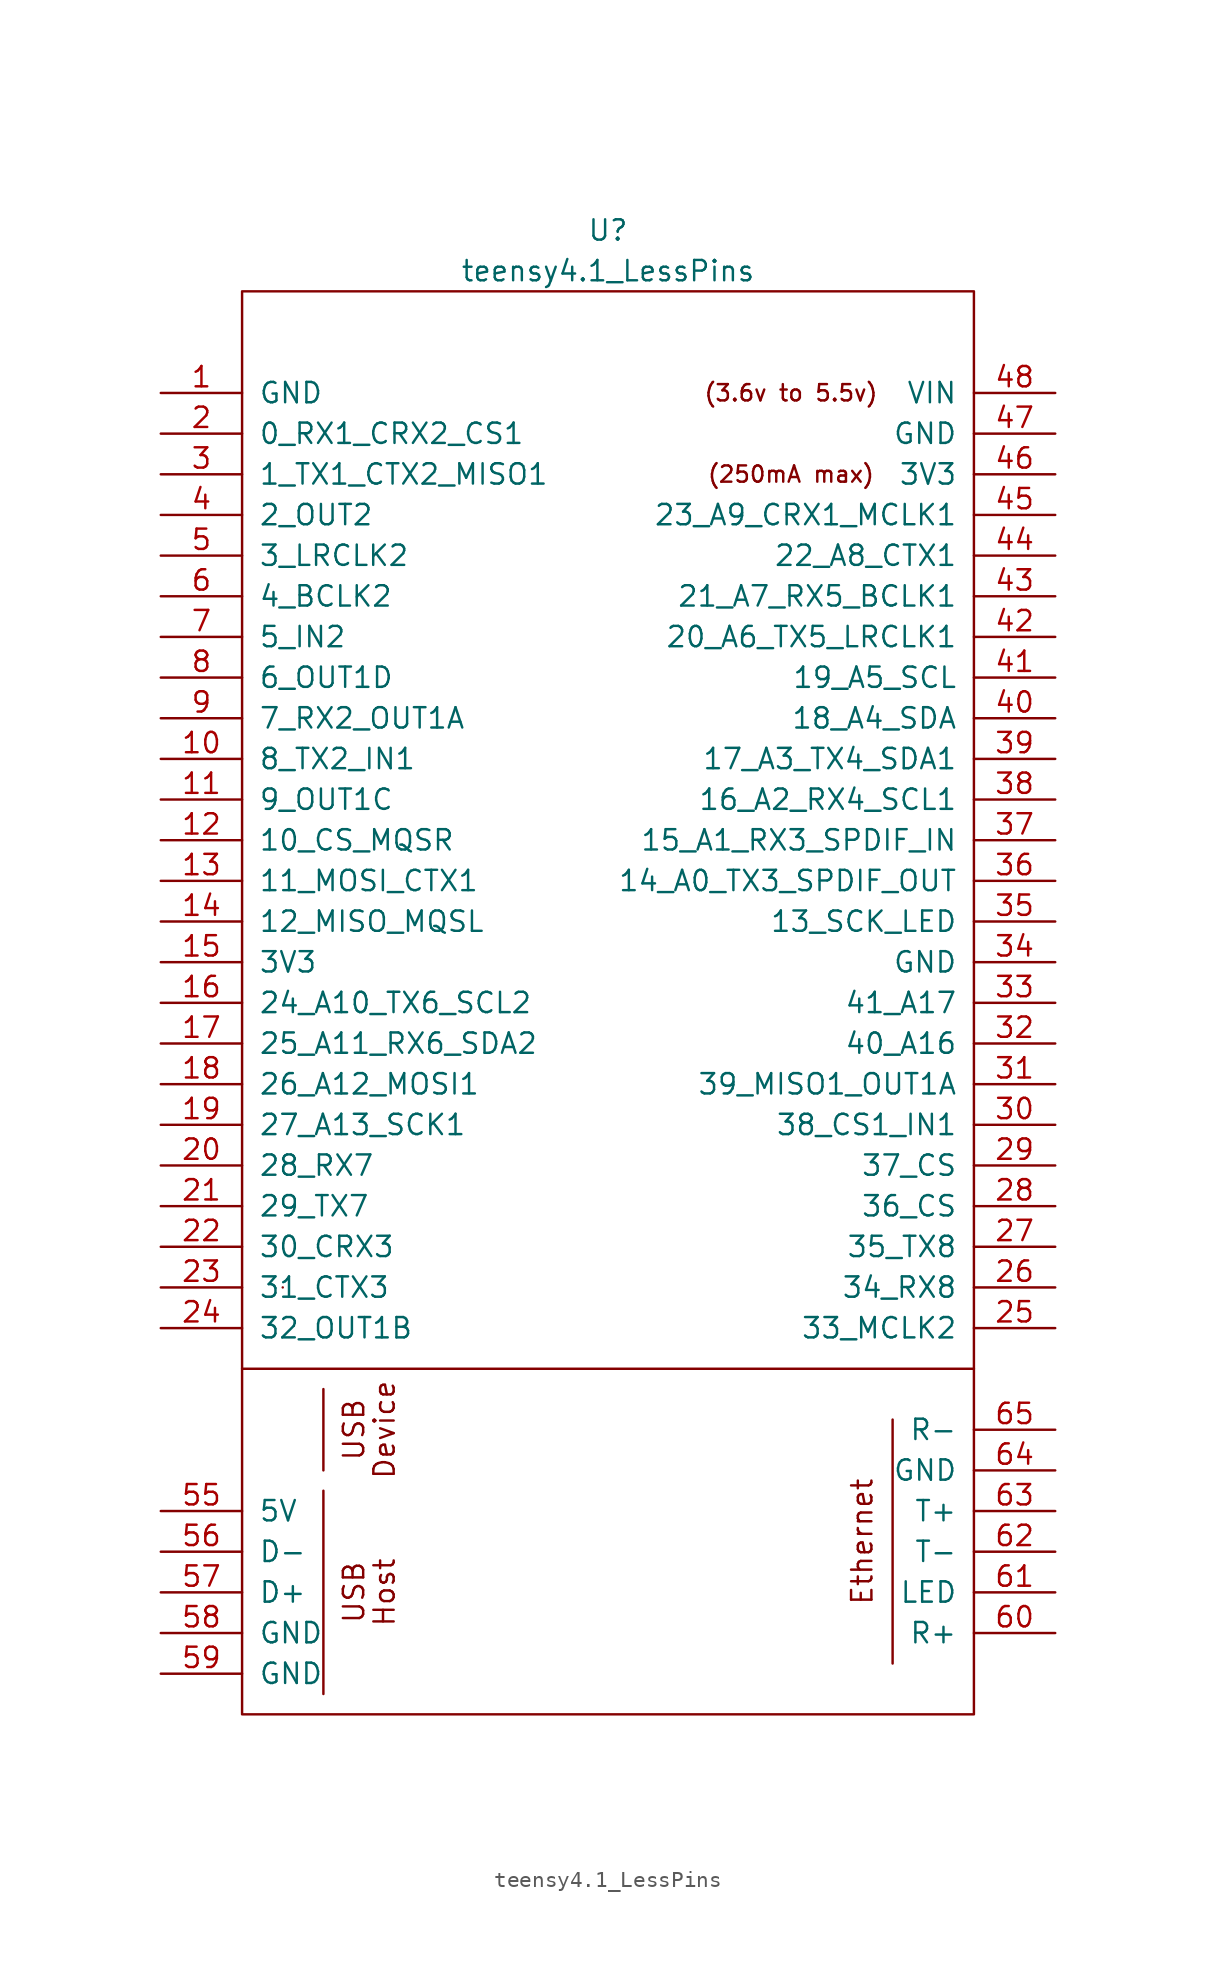
<source format=kicad_sym>
(kicad_symbol_lib
  (version 20211014)
  (generator kicad_symbol_editor)
  (symbol "teensy4.1_LessPins"
    (pin_names
      (offset 1.016))
    (property "Reference" "U"
      (at -59.69 109.22 0)
      (effects (font (size 1.27 1.27))))
    (property "Value" "teensy4.1_LessPins"
      (at -59.69 106.68 0)
      (effects (font (size 1.27 1.27))))
    (symbol "teensy4.1_LessPins_0_0"
      (polyline (pts (xy -82.55 38.1) (xy -36.83 38.1)) (stroke (width 0) (type default) (color 0 0 0 0)) (fill (type none)))
      (polyline (pts (xy -77.47 17.78) (xy -77.47 30.48)) (stroke (width 0) (type default) (color 0 0 0 0)) (fill (type none)))
      (polyline (pts (xy -77.47 36.83) (xy -77.47 31.75)) (stroke (width 0) (type default) (color 0 0 0 0)) (fill (type none)))
      (polyline (pts (xy -41.91 34.925) (xy -41.91 19.685)) (stroke (width 0) (type default) (color 0 0 0 0)) (fill (type none)))
      (text "(250mA max)" (at -48.26 93.98 0) (effects (font (size 1.016 1.016))))
      (text "(3.6v to 5.5v)" (at -48.26 99.06 0) (effects (font (size 1.016 1.016))))
      (text "Device" (at -73.66 34.29 900) (effects (font (size 1.27 1.27))))
      (text "Ethernet" (at -43.815 27.305 900) (effects (font (size 1.27 1.27))))
      (text "Host" (at -73.66 24.13 900) (effects (font (size 1.27 1.27))))
      (text "USB" (at -75.565 24.13 900) (effects (font (size 1.27 1.27))))
      (text "USB" (at -75.565 34.29 900) (effects (font (size 1.27 1.27))))
      (pin bidirectional line (at -87.63 76.2 0) (length 5.08) (name "8_TX2_IN1" (effects (font (size 1.27 1.27)))) (number "10" (effects (font (size 1.27 1.27)))))
      (pin bidirectional line (at -87.63 73.66 0) (length 5.08) (name "9_OUT1C" (effects (font (size 1.27 1.27)))) (number "11" (effects (font (size 1.27 1.27)))))
      (pin bidirectional line (at -87.63 71.12 0) (length 5.08) (name "10_CS_MQSR" (effects (font (size 1.27 1.27)))) (number "12" (effects (font (size 1.27 1.27)))))
      (pin bidirectional line (at -87.63 68.58 0) (length 5.08) (name "11_MOSI_CTX1" (effects (font (size 1.27 1.27)))) (number "13" (effects (font (size 1.27 1.27)))))
      (pin bidirectional line (at -87.63 66.04 0) (length 5.08) (name "12_MISO_MQSL" (effects (font (size 1.27 1.27)))) (number "14" (effects (font (size 1.27 1.27)))))
      (pin power_out line (at -87.63 63.5 0) (length 5.08) (name "3V3" (effects (font (size 1.27 1.27)))) (number "15" (effects (font (size 1.27 1.27)))))
      (pin bidirectional line (at -87.63 60.96 0) (length 5.08) (name "24_A10_TX6_SCL2" (effects (font (size 1.27 1.27)))) (number "16" (effects (font (size 1.27 1.27)))))
      (pin bidirectional line (at -87.63 58.42 0) (length 5.08) (name "25_A11_RX6_SDA2" (effects (font (size 1.27 1.27)))) (number "17" (effects (font (size 1.27 1.27)))))
      (pin bidirectional line (at -87.63 55.88 0) (length 5.08) (name "26_A12_MOSI1" (effects (font (size 1.27 1.27)))) (number "18" (effects (font (size 1.27 1.27)))))
      (pin bidirectional line (at -87.63 53.34 0) (length 5.08) (name "27_A13_SCK1" (effects (font (size 1.27 1.27)))) (number "19" (effects (font (size 1.27 1.27)))))
      (pin bidirectional line (at -87.63 50.8 0) (length 5.08) (name "28_RX7" (effects (font (size 1.27 1.27)))) (number "20" (effects (font (size 1.27 1.27)))))
      (pin bidirectional line (at -87.63 48.26 0) (length 5.08) (name "29_TX7" (effects (font (size 1.27 1.27)))) (number "21" (effects (font (size 1.27 1.27)))))
      (pin bidirectional line (at -87.63 45.72 0) (length 5.08) (name "30_CRX3" (effects (font (size 1.27 1.27)))) (number "22" (effects (font (size 1.27 1.27)))))
      (pin bidirectional line (at -87.63 43.18 0) (length 5.08) (name "31_CTX3" (effects (font (size 1.27 1.27)))) (number "23" (effects (font (size 1.27 1.27)))))
      (pin bidirectional line (at -87.63 40.64 0) (length 5.08) (name "32_OUT1B" (effects (font (size 1.27 1.27)))) (number "24" (effects (font (size 1.27 1.27)))))
      (pin bidirectional line (at -31.75 40.64 180) (length 5.08) (name "33_MCLK2" (effects (font (size 1.27 1.27)))) (number "25" (effects (font (size 1.27 1.27)))))
      (pin bidirectional line (at -31.75 43.18 180) (length 5.08) (name "34_RX8" (effects (font (size 1.27 1.27)))) (number "26" (effects (font (size 1.27 1.27)))))
      (pin bidirectional line (at -31.75 45.72 180) (length 5.08) (name "35_TX8" (effects (font (size 1.27 1.27)))) (number "27" (effects (font (size 1.27 1.27)))))
      (pin bidirectional line (at -31.75 48.26 180) (length 5.08) (name "36_CS" (effects (font (size 1.27 1.27)))) (number "28" (effects (font (size 1.27 1.27)))))
      (pin bidirectional line (at -31.75 50.8 180) (length 5.08) (name "37_CS" (effects (font (size 1.27 1.27)))) (number "29" (effects (font (size 1.27 1.27)))))
      (pin bidirectional line (at -31.75 53.34 180) (length 5.08) (name "38_CS1_IN1" (effects (font (size 1.27 1.27)))) (number "30" (effects (font (size 1.27 1.27)))))
      (pin bidirectional line (at -31.75 55.88 180) (length 5.08) (name "39_MISO1_OUT1A" (effects (font (size 1.27 1.27)))) (number "31" (effects (font (size 1.27 1.27)))))
      (pin bidirectional line (at -31.75 58.42 180) (length 5.08) (name "40_A16" (effects (font (size 1.27 1.27)))) (number "32" (effects (font (size 1.27 1.27)))))
      (pin bidirectional line (at -31.75 60.96 180) (length 5.08) (name "41_A17" (effects (font (size 1.27 1.27)))) (number "33" (effects (font (size 1.27 1.27)))))
      (pin bidirectional line (at -31.75 66.04 180) (length 5.08) (name "13_SCK_LED" (effects (font (size 1.27 1.27)))) (number "35" (effects (font (size 1.27 1.27)))))
      (pin bidirectional line (at -31.75 68.58 180) (length 5.08) (name "14_A0_TX3_SPDIF_OUT" (effects (font (size 1.27 1.27)))) (number "36" (effects (font (size 1.27 1.27)))))
      (pin bidirectional line (at -31.75 71.12 180) (length 5.08) (name "15_A1_RX3_SPDIF_IN" (effects (font (size 1.27 1.27)))) (number "37" (effects (font (size 1.27 1.27)))))
      (pin bidirectional line (at -31.75 73.66 180) (length 5.08) (name "16_A2_RX4_SCL1" (effects (font (size 1.27 1.27)))) (number "38" (effects (font (size 1.27 1.27)))))
      (pin bidirectional line (at -31.75 76.2 180) (length 5.08) (name "17_A3_TX4_SDA1" (effects (font (size 1.27 1.27)))) (number "39" (effects (font (size 1.27 1.27)))))
      (pin bidirectional line (at -31.75 78.74 180) (length 5.08) (name "18_A4_SDA" (effects (font (size 1.27 1.27)))) (number "40" (effects (font (size 1.27 1.27)))))
      (pin bidirectional line (at -31.75 81.28 180) (length 5.08) (name "19_A5_SCL" (effects (font (size 1.27 1.27)))) (number "41" (effects (font (size 1.27 1.27)))))
      (pin bidirectional line (at -31.75 83.82 180) (length 5.08) (name "20_A6_TX5_LRCLK1" (effects (font (size 1.27 1.27)))) (number "42" (effects (font (size 1.27 1.27)))))
      (pin bidirectional line (at -31.75 86.36 180) (length 5.08) (name "21_A7_RX5_BCLK1" (effects (font (size 1.27 1.27)))) (number "43" (effects (font (size 1.27 1.27)))))
      (pin bidirectional line (at -31.75 88.9 180) (length 5.08) (name "22_A8_CTX1" (effects (font (size 1.27 1.27)))) (number "44" (effects (font (size 1.27 1.27)))))
      (pin bidirectional line (at -31.75 91.44 180) (length 5.08) (name "23_A9_CRX1_MCLK1" (effects (font (size 1.27 1.27)))) (number "45" (effects (font (size 1.27 1.27)))))
      (pin output line (at -31.75 93.98 180) (length 5.08) (name "3V3" (effects (font (size 1.27 1.27)))) (number "46" (effects (font (size 1.27 1.27)))))
      (pin output line (at -31.75 96.52 180) (length 5.08) (name "GND" (effects (font (size 1.27 1.27)))) (number "47" (effects (font (size 1.27 1.27)))))
      (pin power_in line (at -31.75 99.06 180) (length 5.08) (name "VIN" (effects (font (size 1.27 1.27)))) (number "48" (effects (font (size 1.27 1.27)))))
      (pin bidirectional line (at -87.63 88.9 0) (length 5.08) (name "3_LRCLK2" (effects (font (size 1.27 1.27)))) (number "5" (effects (font (size 1.27 1.27)))))
      (pin power_out line (at -87.63 29.21 0) (length 5.08) (name "5V" (effects (font (size 1.27 1.27)))) (number "55" (effects (font (size 1.27 1.27)))))
      (pin bidirectional line (at -87.63 26.67 0) (length 5.08) (name "D-" (effects (font (size 1.27 1.27)))) (number "56" (effects (font (size 1.27 1.27)))))
      (pin bidirectional line (at -87.63 24.13 0) (length 5.08) (name "D+" (effects (font (size 1.27 1.27)))) (number "57" (effects (font (size 1.27 1.27)))))
      (pin power_in line (at -87.63 21.59 0) (length 5.08) (name "GND" (effects (font (size 1.27 1.27)))) (number "58" (effects (font (size 1.27 1.27)))))
      (pin power_in line (at -87.63 19.05 0) (length 5.08) (name "GND" (effects (font (size 1.27 1.27)))) (number "59" (effects (font (size 1.27 1.27)))))
      (pin bidirectional line (at -87.63 86.36 0) (length 5.08) (name "4_BCLK2" (effects (font (size 1.27 1.27)))) (number "6" (effects (font (size 1.27 1.27)))))
      (pin bidirectional line (at -31.75 21.59 180) (length 5.08) (name "R+" (effects (font (size 1.27 1.27)))) (number "60" (effects (font (size 1.27 1.27)))))
      (pin bidirectional line (at -31.75 24.13 180) (length 5.08) (name "LED" (effects (font (size 1.27 1.27)))) (number "61" (effects (font (size 1.27 1.27)))))
      (pin bidirectional line (at -31.75 26.67 180) (length 5.08) (name "T-" (effects (font (size 1.27 1.27)))) (number "62" (effects (font (size 1.27 1.27)))))
      (pin bidirectional line (at -31.75 29.21 180) (length 5.08) (name "T+" (effects (font (size 1.27 1.27)))) (number "63" (effects (font (size 1.27 1.27)))))
      (pin power_in line (at -31.75 31.75 180) (length 5.08) (name "GND" (effects (font (size 1.27 1.27)))) (number "64" (effects (font (size 1.27 1.27)))))
      (pin bidirectional line (at -31.75 34.29 180) (length 5.08) (name "R-" (effects (font (size 1.27 1.27)))) (number "65" (effects (font (size 1.27 1.27)))))
      (pin bidirectional line (at -87.63 83.82 0) (length 5.08) (name "5_IN2" (effects (font (size 1.27 1.27)))) (number "7" (effects (font (size 1.27 1.27)))))
      (pin bidirectional line (at -87.63 81.28 0) (length 5.08) (name "6_OUT1D" (effects (font (size 1.27 1.27)))) (number "8" (effects (font (size 1.27 1.27)))))
      (pin bidirectional line (at -87.63 78.74 0) (length 5.08) (name "7_RX2_OUT1A" (effects (font (size 1.27 1.27)))) (number "9" (effects (font (size 1.27 1.27))))))
    (symbol "teensy4.1_LessPins_0_1"
      (rectangle (start -82.55 105.41) (end -36.83 16.51) (stroke (width 0) (type default) (color 0 0 0 0)) (fill (type none)))
      (rectangle (start -80.01 43.18) (end -80.01 43.18) (stroke (width 0) (type default) (color 0 0 0 0)) (fill (type none))))
    (symbol "teensy4.1_LessPins_1_1"
      (pin power_in line (at -87.63 99.06 0) (length 5.08) (name "GND" (effects (font (size 1.27 1.27)))) (number "1" (effects (font (size 1.27 1.27)))))
      (pin bidirectional line (at -87.63 96.52 0) (length 5.08) (name "0_RX1_CRX2_CS1" (effects (font (size 1.27 1.27)))) (number "2" (effects (font (size 1.27 1.27)))))
      (pin bidirectional line (at -87.63 93.98 0) (length 5.08) (name "1_TX1_CTX2_MISO1" (effects (font (size 1.27 1.27)))) (number "3" (effects (font (size 1.27 1.27)))))
      (pin power_in line (at -31.75 63.5 180) (length 5.08) (name "GND" (effects (font (size 1.27 1.27)))) (number "34" (effects (font (size 1.27 1.27)))))
      (pin bidirectional line (at -87.63 91.44 0) (length 5.08) (name "2_OUT2" (effects (font (size 1.27 1.27)))) (number "4" (effects (font (size 1.27 1.27))))))))
</source>
